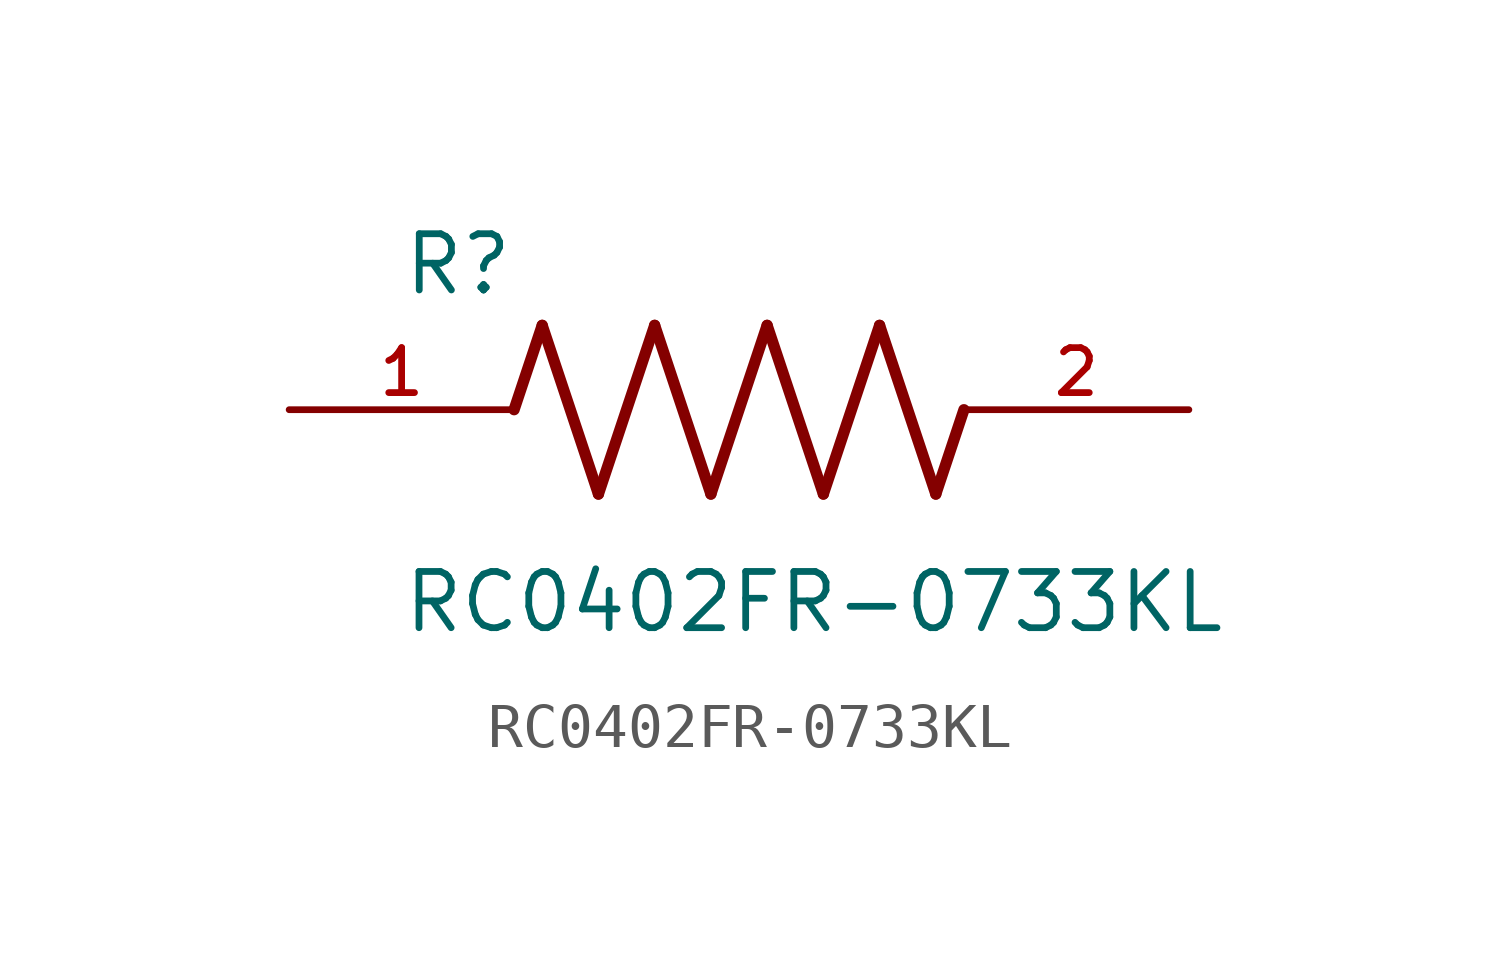
<source format=kicad_sym>
(kicad_symbol_lib
  (version 20211014)
  (generator kicad_symbol_editor)
  (symbol "RC0402FR-0733KL"
    (pin_names
      (offset 1.016))
    (property "Reference" "R"
      (at -7.624 2.541 0)
      (effects (font (size 1.27 1.27)) (justify bottom left)))
    (property "Value" "RC0402FR-0733KL"
      (at -7.63 -5.087 0)
      (effects (font (size 1.27 1.27)) (justify bottom left)))
    (symbol "RC0402FR-0733KL_0_0"
      (polyline (pts (xy -5.08 0.0) (xy -4.445 1.905)) (stroke (width 0.254)))
      (polyline (pts (xy -4.445 1.905) (xy -3.175 -1.905)) (stroke (width 0.254)))
      (polyline (pts (xy -3.175 -1.905) (xy -1.905 1.905)) (stroke (width 0.254)))
      (polyline (pts (xy -1.905 1.905) (xy -0.635 -1.905)) (stroke (width 0.254)))
      (polyline (pts (xy -0.635 -1.905) (xy 0.635 1.905)) (stroke (width 0.254)))
      (polyline (pts (xy 0.635 1.905) (xy 1.905 -1.905)) (stroke (width 0.254)))
      (polyline (pts (xy 1.905 -1.905) (xy 3.175 1.905)) (stroke (width 0.254)))
      (polyline (pts (xy 3.175 1.905) (xy 4.445 -1.905)) (stroke (width 0.254)))
      (polyline (pts (xy 4.445 -1.905) (xy 5.08 0.0)) (stroke (width 0.254)))
      (pin passive line (at -10.16 0.0 0) (length 5.08) (name "~" (effects (font (size 1.016 1.016)))) (number "1" (effects (font (size 1.016 1.016)))))
      (pin passive line (at 10.16 0.0 180.0) (length 5.08) (name "~" (effects (font (size 1.016 1.016)))) (number "2" (effects (font (size 1.016 1.016))))))))
</source>
